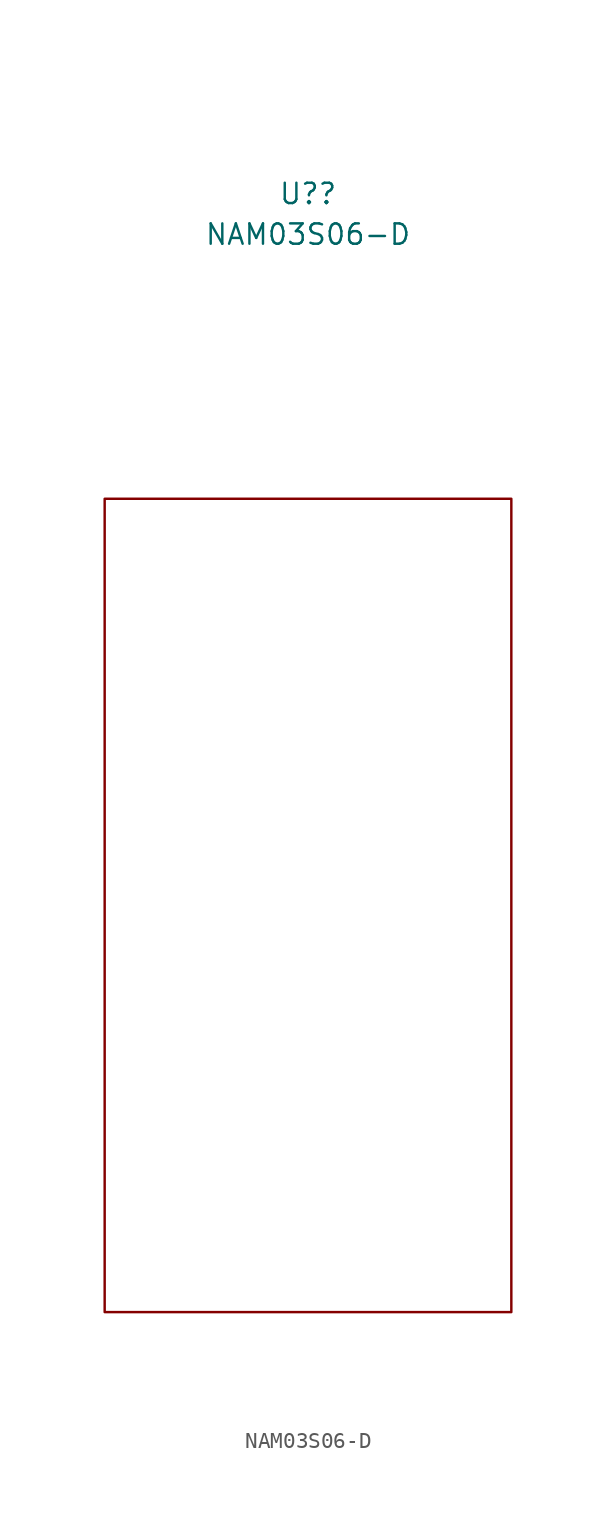
<source format=kicad_sym>
(kicad_symbol_lib
  (version 20220914)
  (generator kicad_symbol_editor)
  (symbol "NAM03S06-D"
    (property "Reference" "U?"
      (at 0 44.45 0)
      (effects (font (size 1.27 1.27))))
    (property "Value" "NAM03S06-D"
      (at 0 41.91 0)
      (effects (font (size 1.27 1.27))))
    (symbol "NAM03S06-D_0_1"
      (rectangle (start -12.7 25.4) (end 12.7 -25.4) (stroke (width 0) (type default)) (fill (type none))))))
</source>
